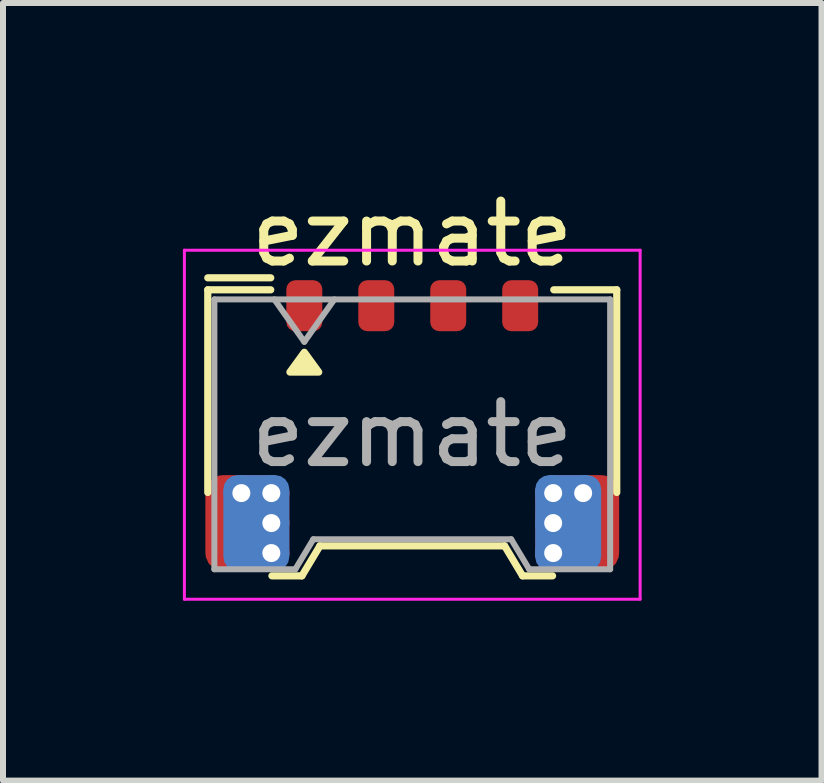
<source format=kicad_pcb>
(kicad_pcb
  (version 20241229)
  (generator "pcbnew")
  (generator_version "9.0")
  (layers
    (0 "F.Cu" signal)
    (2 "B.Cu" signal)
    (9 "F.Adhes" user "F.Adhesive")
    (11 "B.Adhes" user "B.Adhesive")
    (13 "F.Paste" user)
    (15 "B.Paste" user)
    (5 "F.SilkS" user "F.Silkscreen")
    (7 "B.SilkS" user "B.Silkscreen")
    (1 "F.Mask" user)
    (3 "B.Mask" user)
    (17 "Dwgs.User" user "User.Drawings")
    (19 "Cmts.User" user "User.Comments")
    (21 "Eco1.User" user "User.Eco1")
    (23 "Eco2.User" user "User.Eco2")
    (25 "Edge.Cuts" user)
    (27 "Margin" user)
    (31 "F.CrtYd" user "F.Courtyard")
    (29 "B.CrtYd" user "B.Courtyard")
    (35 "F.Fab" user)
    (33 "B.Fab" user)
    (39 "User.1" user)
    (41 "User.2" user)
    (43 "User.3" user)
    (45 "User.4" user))
  (footprint "ezmate"
    (layer "F.Cu")
    (at 3.825 3.923)
    (property "Reference" "ezmate" (at 0 -3.075 0) (layer "F.SilkS") (effects (font (size 1 1) (thickness 0.15))))
    (attr smd)
    (fp_line (start -3.41 -2.14) (end -2.36 -2.14) (stroke (width 0.12) (type solid)) (layer "F.SilkS"))
    (fp_line (start -3.41 1.24) (end -3.41 -2.14) (stroke (width 0.12) (type solid)) (layer "F.SilkS"))
    (fp_line (start -2.36 -2.34) (end -3.41 -2.34) (stroke (width 0.12) (type default)) (layer "F.SilkS"))
    (fp_line (start -2.34 2.63) (end -1.84 2.63) (stroke (width 0.12) (type solid)) (layer "F.SilkS"))
    (fp_line (start -1.84 2.63) (end -1.54 2.13) (stroke (width 0.12) (type solid)) (layer "F.SilkS"))
    (fp_line (start -1.54 2.13) (end 1.54 2.13) (stroke (width 0.12) (type solid)) (layer "F.SilkS"))
    (fp_line (start 1.54 2.13) (end 1.84 2.63) (stroke (width 0.12) (type solid)) (layer "F.SilkS"))
    (fp_line (start 1.84 2.63) (end 2.34 2.63) (stroke (width 0.12) (type solid)) (layer "F.SilkS"))
    (fp_line (start 3.41 -2.14) (end 2.36 -2.14) (stroke (width 0.12) (type solid)) (layer "F.SilkS"))
    (fp_line (start 3.41 1.24) (end 3.41 -2.14) (stroke (width 0.12) (type solid)) (layer "F.SilkS"))
    (fp_poly (pts (xy -1.8 -1.098) (xy -1.56 -0.768) (xy -2.04 -0.768) (xy -1.8 -1.098)) (stroke (width 0.12) (type solid)) (fill yes) (layer "F.SilkS"))
    (fp_line (start -3.8 -2.8) (end -3.8 3.02) (stroke (width 0.05) (type solid)) (layer "F.CrtYd"))
    (fp_line (start -3.8 3.02) (end 3.8 3.02) (stroke (width 0.05) (type solid)) (layer "F.CrtYd"))
    (fp_line (start 3.8 -2.8) (end -3.8 -2.8) (stroke (width 0.05) (type solid)) (layer "F.CrtYd"))
    (fp_line (start 3.8 3.02) (end 3.8 -2.8) (stroke (width 0.05) (type solid)) (layer "F.CrtYd"))
    (fp_line (start -3.3 -1.98) (end -3.3 2.52) (stroke (width 0.1) (type solid)) (layer "F.Fab"))
    (fp_line (start -3.3 -1.98) (end 3.3 -1.98) (stroke (width 0.1) (type solid)) (layer "F.Fab"))
    (fp_line (start -3.3 2.52) (end -1.95 2.52) (stroke (width 0.1) (type solid)) (layer "F.Fab"))
    (fp_line (start -2.3 -1.98) (end -1.8 -1.273) (stroke (width 0.1) (type solid)) (layer "F.Fab"))
    (fp_line (start -1.95 2.52) (end -1.65 2.02) (stroke (width 0.1) (type solid)) (layer "F.Fab"))
    (fp_line (start -1.8 -1.273) (end -1.3 -1.98) (stroke (width 0.1) (type solid)) (layer "F.Fab"))
    (fp_line (start -1.65 2.02) (end 1.65 2.02) (stroke (width 0.1) (type solid)) (layer "F.Fab"))
    (fp_line (start 1.65 2.02) (end 1.95 2.52) (stroke (width 0.1) (type solid)) (layer "F.Fab"))
    (fp_line (start 1.95 2.52) (end 3.3 2.52) (stroke (width 0.1) (type solid)) (layer "F.Fab"))
    (fp_line (start 3.3 -1.98) (end 3.3 2.52) (stroke (width 0.1) (type solid)) (layer "F.Fab"))
    (fp_text user "${REFERENCE}" (at 0 0.27 0) (layer "F.Fab") (effects (font (size 1 1) (thickness 0.15))))
    (pad "1" smd roundrect (at -1.8 -1.875) (size 0.6 0.85) (layers "F.Cu" "F.Mask" "F.Paste") (roundrect_rratio 0.25))
    (pad "2" smd roundrect (at -0.6 -1.875) (size 0.6 0.85) (layers "F.Cu" "F.Mask" "F.Paste") (roundrect_rratio 0.25))
    (pad "3" smd roundrect (at 0.6 -1.875) (size 0.6 0.85) (layers "F.Cu" "F.Mask" "F.Paste") (roundrect_rratio 0.25))
    (pad "4" smd roundrect (at 1.8 -1.875) (size 0.6 0.85) (layers "F.Cu" "F.Mask" "F.Paste") (roundrect_rratio 0.25))
    (pad "MP" smd roundrect (at -2.95 1.9) (size 0.7 0.8) (layers "F.Cu" "F.Mask" "F.Paste") (roundrect_rratio 0.25))
    (pad "MP" thru_hole circle (at -2.85 1.25) (size 0.6 0.6) (drill 0.3) (layers "*.Cu"))
    (pad "MP" smd roundrect (at -2.75 1.75) (size 1.4 1.6) (layers "F.Cu") (roundrect_rratio 0.214))
    (pad "MP" smd roundrect (at -2.6 1.75) (size 1.1 1.6) (layers "B.Cu") (roundrect_rratio 0.214))
    (pad "MP" thru_hole circle (at -2.35 1.25) (size 0.6 0.6) (drill 0.3) (layers "*.Cu"))
    (pad "MP" thru_hole circle (at -2.35 1.75) (size 0.6 0.6) (drill 0.3) (layers "*.Cu"))
    (pad "MP" thru_hole circle (at -2.35 2.25) (size 0.6 0.6) (drill 0.3) (layers "*.Cu"))
    (pad "MP" thru_hole circle (at 2.35 1.25) (size 0.6 0.6) (drill 0.3) (layers "*.Cu"))
    (pad "MP" thru_hole circle (at 2.35 1.75) (size 0.6 0.6) (drill 0.3) (layers "*.Cu"))
    (pad "MP" thru_hole circle (at 2.35 2.25) (size 0.6 0.6) (drill 0.3) (layers "*.Cu"))
    (pad "MP" smd roundrect (at 2.6 1.75) (size 1.1 1.6) (layers "B.Cu") (roundrect_rratio 0.214))
    (pad "MP" smd roundrect (at 2.75 1.75) (size 1.4 1.6) (layers "F.Cu") (roundrect_rratio 0.214))
    (pad "MP" thru_hole circle (at 2.85 1.25) (size 0.6 0.6) (drill 0.3) (layers "*.Cu"))
    (pad "MP" smd roundrect (at 2.95 1.9) (size 0.7 0.8) (layers "F.Cu" "F.Mask" "F.Paste") (roundrect_rratio 0.25)))
  (gr_rect
    (start -3 -3)
    (end 10.65 9.968)
    (stroke (width 0.1) (type default))
    (fill no)
    (layer "Edge.Cuts")))
</source>
